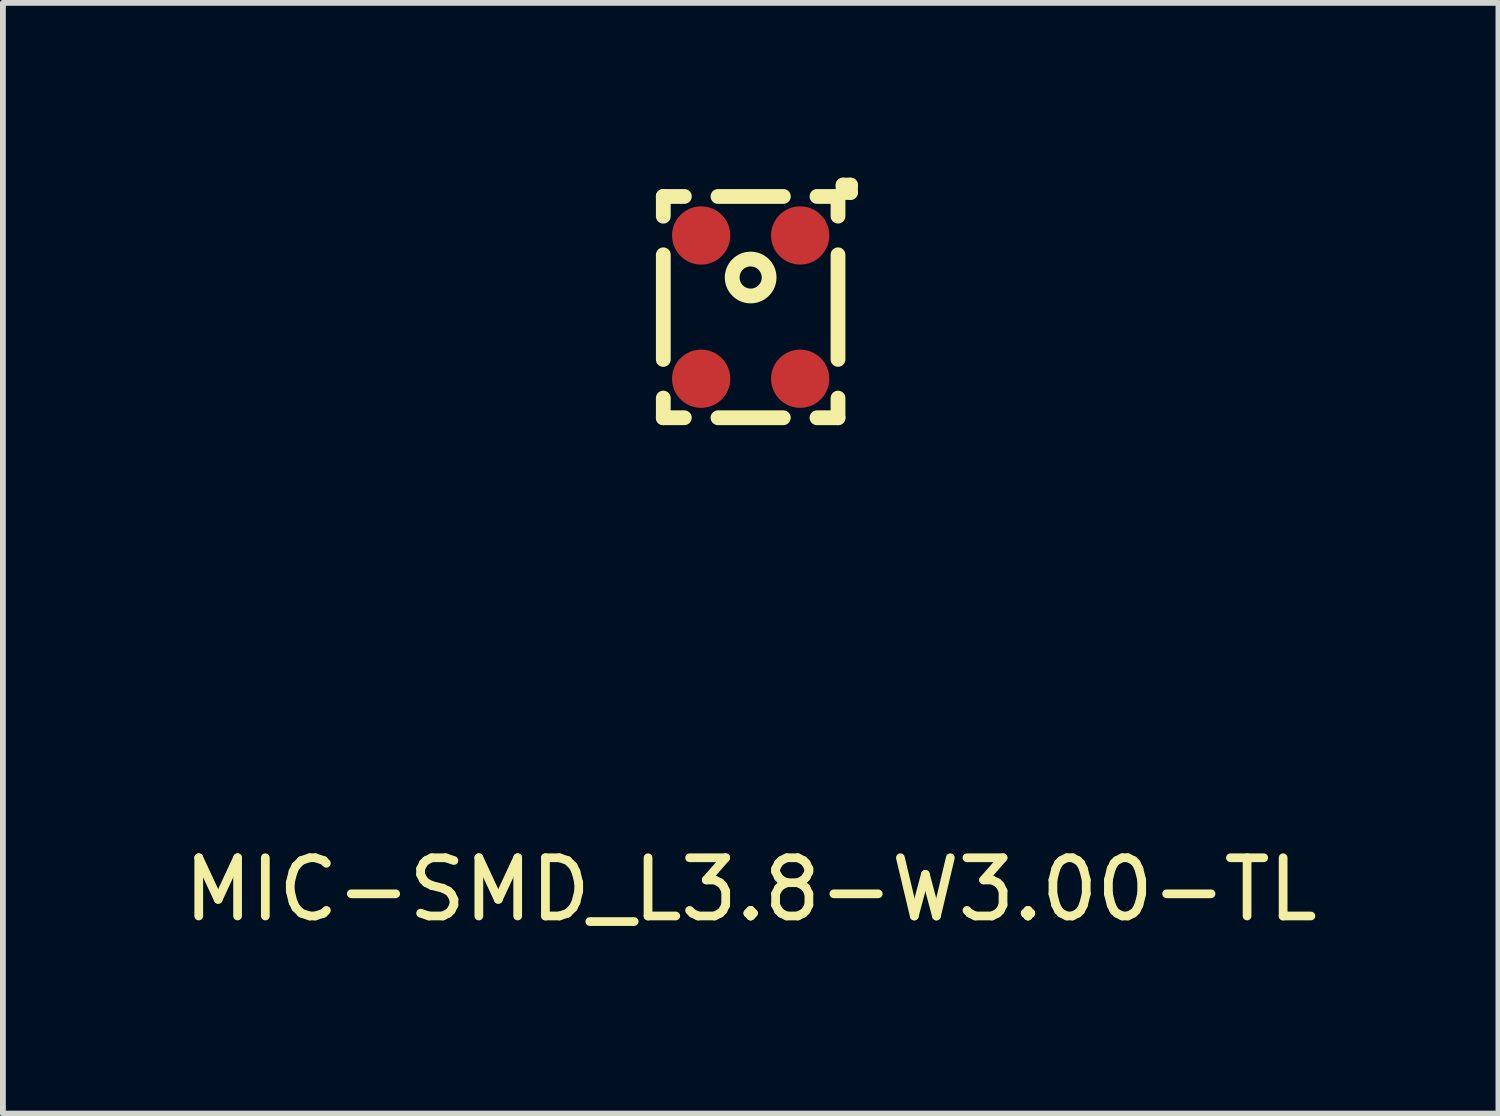
<source format=kicad_pcb>
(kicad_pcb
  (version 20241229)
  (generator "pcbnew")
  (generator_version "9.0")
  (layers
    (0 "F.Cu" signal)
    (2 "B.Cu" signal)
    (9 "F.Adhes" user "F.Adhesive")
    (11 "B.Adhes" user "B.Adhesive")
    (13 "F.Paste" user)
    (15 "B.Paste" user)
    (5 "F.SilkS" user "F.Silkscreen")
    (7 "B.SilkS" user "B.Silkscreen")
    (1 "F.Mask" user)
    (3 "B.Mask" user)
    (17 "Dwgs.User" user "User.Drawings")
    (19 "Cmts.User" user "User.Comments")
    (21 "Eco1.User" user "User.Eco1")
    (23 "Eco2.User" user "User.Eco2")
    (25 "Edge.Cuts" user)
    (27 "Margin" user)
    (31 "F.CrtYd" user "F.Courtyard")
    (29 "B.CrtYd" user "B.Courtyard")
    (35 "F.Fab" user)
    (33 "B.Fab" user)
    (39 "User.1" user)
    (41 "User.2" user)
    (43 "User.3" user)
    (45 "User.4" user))
  (footprint "MIC-SMD_L3.8-W3.00-TL"
    (layer "F.Cu")
    (at 9.839 2.223)
    (property "Reference" "MIC-SMD_L3.8-W3.00-TL" (at 0 10 0) (layer "F.SilkS") (effects (font (size 1 1) (thickness 0.15))))
    (attr through_hole)
    (fp_line (start -1.5 -1.9) (end -1.138 -1.9) (stroke (width 0.254) (type solid)) (layer "F.SilkS"))
    (fp_line (start -1.5 -1.561) (end -1.5 -1.9) (stroke (width 0.254) (type solid)) (layer "F.SilkS"))
    (fp_line (start -1.5 0.899) (end -1.5 -0.898) (stroke (width 0.254) (type solid)) (layer "F.SilkS"))
    (fp_line (start -1.5 1.9) (end -1.5 1.562) (stroke (width 0.254) (type solid)) (layer "F.SilkS"))
    (fp_line (start -1.139 1.9) (end -1.5 1.9) (stroke (width 0.254) (type solid)) (layer "F.SilkS"))
    (fp_line (start -0.561 -1.9) (end 0.562 -1.9) (stroke (width 0.254) (type solid)) (layer "F.SilkS"))
    (fp_line (start 0.561 1.9) (end -0.561 1.9) (stroke (width 0.254) (type solid)) (layer "F.SilkS"))
    (fp_line (start 1.139 -1.9) (end 1.5 -1.9) (stroke (width 0.254) (type solid)) (layer "F.SilkS"))
    (fp_line (start 1.5 -1.9) (end 1.5 -1.562) (stroke (width 0.254) (type solid)) (layer "F.SilkS"))
    (fp_line (start 1.5 -0.898) (end 1.5 0.898) (stroke (width 0.254) (type solid)) (layer "F.SilkS"))
    (fp_line (start 1.5 1.562) (end 1.5 1.9) (stroke (width 0.254) (type solid)) (layer "F.SilkS"))
    (fp_line (start 1.5 1.9) (end 1.139 1.9) (stroke (width 0.254) (type solid)) (layer "F.SilkS"))
    (fp_line (start 1.587 -2.095) (end 1.714 -2.095) (stroke (width 0.254) (type solid)) (layer "F.SilkS"))
    (fp_line (start 1.587 -1.968) (end 1.587 -2.095) (stroke (width 0.254) (type solid)) (layer "F.SilkS"))
    (fp_line (start 1.714 -2.095) (end 1.714 -1.968) (stroke (width 0.254) (type solid)) (layer "F.SilkS"))
    (fp_line (start 1.714 -1.968) (end 1.587 -1.968) (stroke (width 0.254) (type solid)) (layer "F.SilkS"))
    (fp_circle (center 0 -0.508) (end 0 -0.191) (stroke (width 0.254) (type solid)) (fill no) (layer "F.SilkS"))
    (pad "1" smd circle (at 0.85 -1.23) (size 1 1) (layers "F.Cu" "F.Mask" "F.Paste"))
    (pad "2" smd circle (at 0.85 1.23) (size 1 1) (layers "F.Cu" "F.Mask" "F.Paste"))
    (pad "3" smd circle (at -0.85 1.23) (size 1 1) (layers "F.Cu" "F.Mask" "F.Paste"))
    (pad "4" smd circle (at -0.85 -1.23) (size 1 1) (layers "F.Cu" "F.Mask" "F.Paste")))
  (gr_rect
    (start -3 -3)
    (end 22.679 16.071)
    (stroke (width 0.1) (type default))
    (fill no)
    (layer "Edge.Cuts")))
</source>
